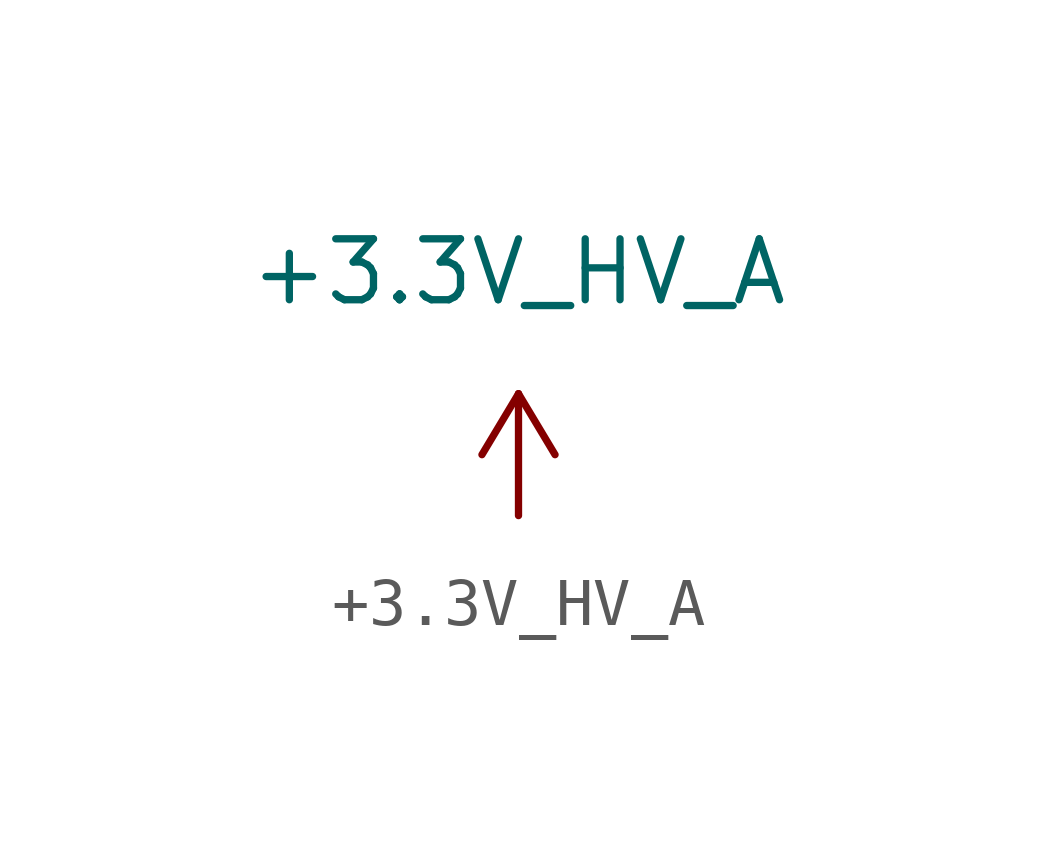
<source format=kicad_sym>
(kicad_symbol_lib
  (version 20211014)
  (generator kicad_symbol_editor)
  (symbol "+3.3V_HV_A"
    (power)
    (pin_numbers hide)
    (pin_names
      (offset 0))
    (property "Reference" "#PWR"
      (at 1.27 0 90)
      (effects (font (size 1.27 1.27)) hide))
    (property "Value" "+3.3V_HV_A"
      (at 0 5.08 0)
      (effects (font (size 1.27 1.27))))
    (symbol "+3.3V_HV_A_1_1"
      (polyline (pts (xy -0.762 1.27) (xy 0 2.54)) (stroke (width 0) (type default) (color 0 0 0 0)) (fill (type none)))
      (polyline (pts (xy 0 0) (xy 0 2.54)) (stroke (width 0) (type default) (color 0 0 0 0)) (fill (type none)))
      (polyline (pts (xy 0 2.54) (xy 0.762 1.27)) (stroke (width 0) (type default) (color 0 0 0 0)) (fill (type none)))
      (pin power_in line (at 0 0 90) (length 0) hide (name "+3.3V_HV_A" (effects (font (size 1.27 1.27)))) (number "1" (effects (font (size 1.27 1.27))))))))
</source>
